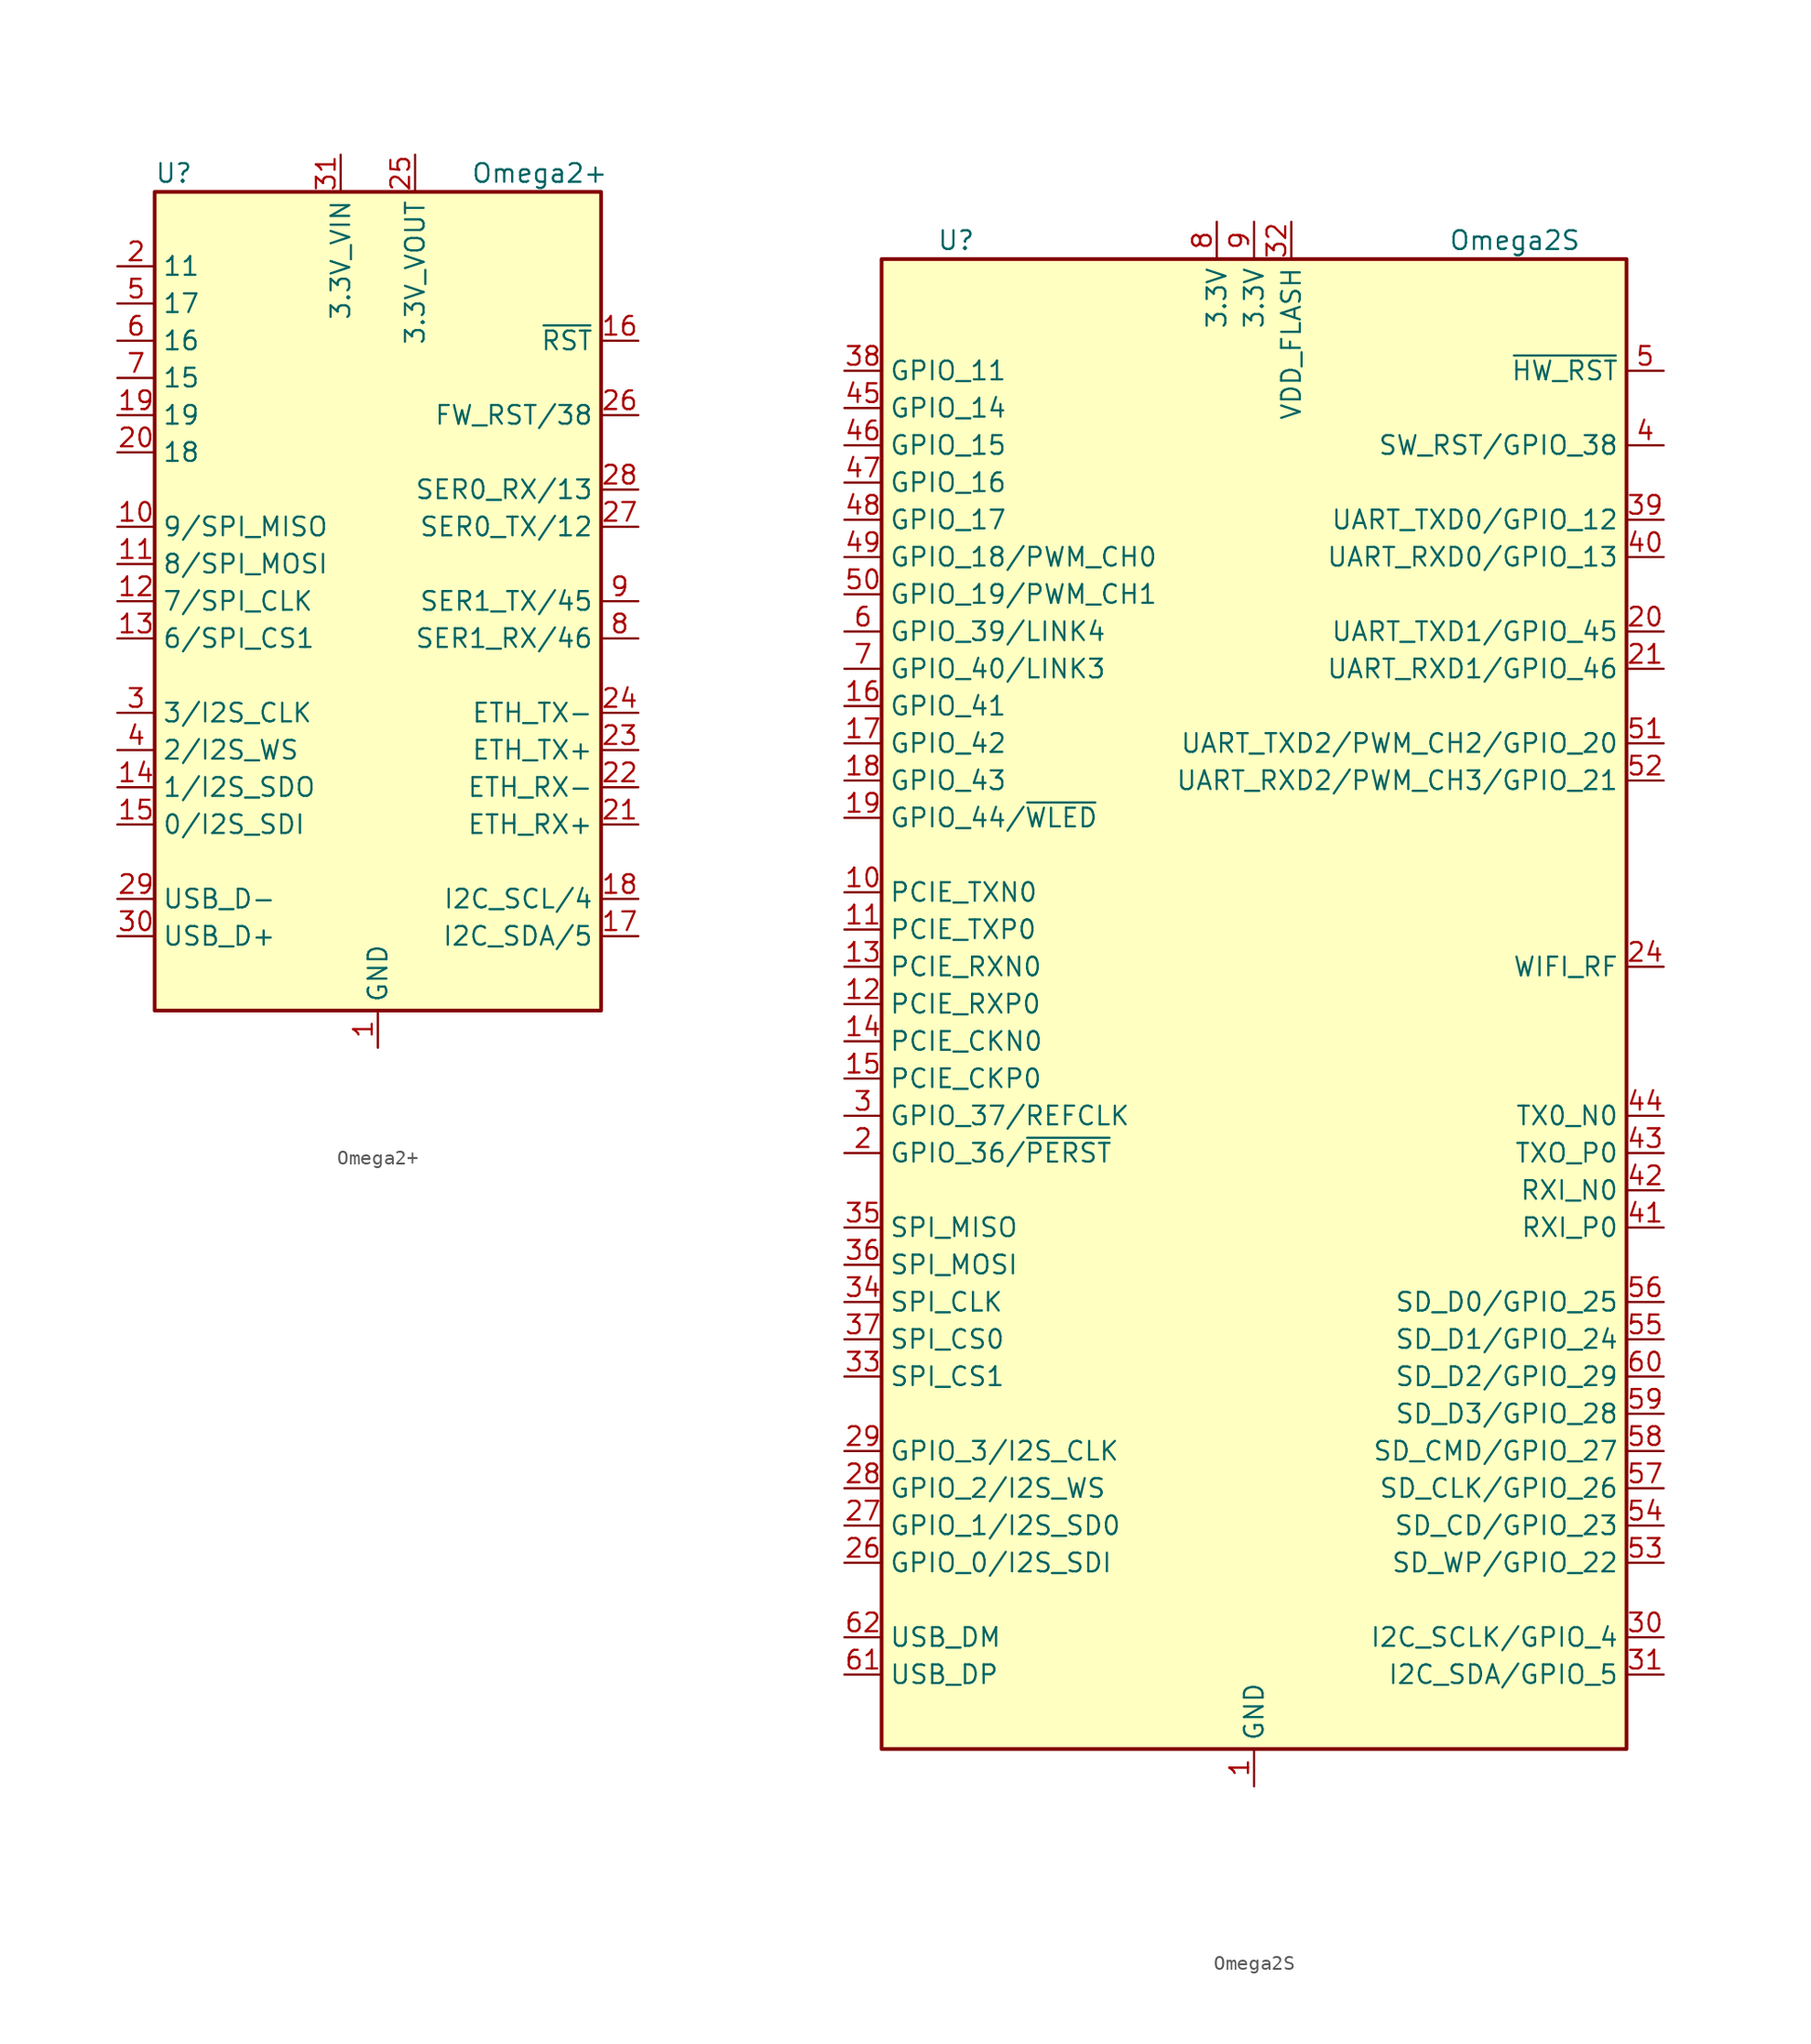
<source format=kicad_sym>
(kicad_symbol_lib
  (version 20241209)
  (generator "kicad_symbol_editor")
  (generator_version "9.0")
  (symbol "Omega2+"
    (property "Reference" "U"
      (at -15.24 29.21 0)
      (effects (font (size 1.27 1.27)) (justify left)))
    (property "Value" "Omega2+"
      (at 6.35 29.21 0)
      (effects (font (size 1.27 1.27)) (justify left)))
    (symbol "Omega2+_0_1"
      (rectangle (start -15.24 27.94) (end 15.24 -27.94) (stroke (width 0.254) (type default)) (fill (type background))))
    (symbol "Omega2+_1_1"
      (pin bidirectional line (at -17.78 22.86 0) (length 2.54) (name "11" (effects (font (size 1.27 1.27)))) (number "2" (effects (font (size 1.27 1.27)))))
      (pin bidirectional line (at -17.78 20.32 0) (length 2.54) (name "17" (effects (font (size 1.27 1.27)))) (number "5" (effects (font (size 1.27 1.27)))))
      (pin bidirectional line (at -17.78 17.78 0) (length 2.54) (name "16" (effects (font (size 1.27 1.27)))) (number "6" (effects (font (size 1.27 1.27)))))
      (pin bidirectional line (at -17.78 15.24 0) (length 2.54) (name "15" (effects (font (size 1.27 1.27)))) (number "7" (effects (font (size 1.27 1.27)))))
      (pin bidirectional line (at -17.78 12.7 0) (length 2.54) (name "19" (effects (font (size 1.27 1.27)))) (number "19" (effects (font (size 1.27 1.27)))))
      (pin bidirectional line (at -17.78 10.16 0) (length 2.54) (name "18" (effects (font (size 1.27 1.27)))) (number "20" (effects (font (size 1.27 1.27)))))
      (pin bidirectional line (at -17.78 5.08 0) (length 2.54) (name "9/SPI_MISO" (effects (font (size 1.27 1.27)))) (number "10" (effects (font (size 1.27 1.27)))))
      (pin bidirectional line (at -17.78 2.54 0) (length 2.54) (name "8/SPI_MOSI" (effects (font (size 1.27 1.27)))) (number "11" (effects (font (size 1.27 1.27)))))
      (pin bidirectional line (at -17.78 0 0) (length 2.54) (name "7/SPI_CLK" (effects (font (size 1.27 1.27)))) (number "12" (effects (font (size 1.27 1.27)))))
      (pin bidirectional line (at -17.78 -2.54 0) (length 2.54) (name "6/SPI_CS1" (effects (font (size 1.27 1.27)))) (number "13" (effects (font (size 1.27 1.27)))))
      (pin bidirectional line (at -17.78 -7.62 0) (length 2.54) (name "3/I2S_CLK" (effects (font (size 1.27 1.27)))) (number "3" (effects (font (size 1.27 1.27)))))
      (pin bidirectional line (at -17.78 -10.16 0) (length 2.54) (name "2/I2S_WS" (effects (font (size 1.27 1.27)))) (number "4" (effects (font (size 1.27 1.27)))))
      (pin bidirectional line (at -17.78 -12.7 0) (length 2.54) (name "1/I2S_SDO" (effects (font (size 1.27 1.27)))) (number "14" (effects (font (size 1.27 1.27)))))
      (pin bidirectional line (at -17.78 -15.24 0) (length 2.54) (name "0/I2S_SDI" (effects (font (size 1.27 1.27)))) (number "15" (effects (font (size 1.27 1.27)))))
      (pin bidirectional line (at -17.78 -20.32 0) (length 2.54) (name "USB_D-" (effects (font (size 1.27 1.27)))) (number "29" (effects (font (size 1.27 1.27)))))
      (pin bidirectional line (at -17.78 -22.86 0) (length 2.54) (name "USB_D+" (effects (font (size 1.27 1.27)))) (number "30" (effects (font (size 1.27 1.27)))))
      (pin power_in line (at -2.54 30.48 270) (length 2.54) (name "3.3V_VIN" (effects (font (size 1.27 1.27)))) (number "31" (effects (font (size 1.27 1.27)))))
      (pin power_in line (at 0 -30.48 90) (length 2.54) (name "GND" (effects (font (size 1.27 1.27)))) (number "1" (effects (font (size 1.27 1.27)))))
      (pin passive line (at 0 -30.48 90) (length 2.54) (hide yes) (name "GND" (effects (font (size 1.27 1.27)))) (number "32" (effects (font (size 1.27 1.27)))))
      (pin power_out line (at 2.54 30.48 270) (length 2.54) (name "3.3V_VOUT" (effects (font (size 1.27 1.27)))) (number "25" (effects (font (size 1.27 1.27)))))
      (pin input line (at 17.78 17.78 180) (length 2.54) (name "~{RST}" (effects (font (size 1.27 1.27)))) (number "16" (effects (font (size 1.27 1.27)))))
      (pin bidirectional line (at 17.78 12.7 180) (length 2.54) (name "FW_RST/38" (effects (font (size 1.27 1.27)))) (number "26" (effects (font (size 1.27 1.27)))))
      (pin bidirectional line (at 17.78 7.62 180) (length 2.54) (name "SER0_RX/13" (effects (font (size 1.27 1.27)))) (number "28" (effects (font (size 1.27 1.27)))))
      (pin bidirectional line (at 17.78 5.08 180) (length 2.54) (name "SER0_TX/12" (effects (font (size 1.27 1.27)))) (number "27" (effects (font (size 1.27 1.27)))))
      (pin bidirectional line (at 17.78 0 180) (length 2.54) (name "SER1_TX/45" (effects (font (size 1.27 1.27)))) (number "9" (effects (font (size 1.27 1.27)))))
      (pin bidirectional line (at 17.78 -2.54 180) (length 2.54) (name "SER1_RX/46" (effects (font (size 1.27 1.27)))) (number "8" (effects (font (size 1.27 1.27)))))
      (pin output line (at 17.78 -7.62 180) (length 2.54) (name "ETH_TX-" (effects (font (size 1.27 1.27)))) (number "24" (effects (font (size 1.27 1.27)))))
      (pin output line (at 17.78 -10.16 180) (length 2.54) (name "ETH_TX+" (effects (font (size 1.27 1.27)))) (number "23" (effects (font (size 1.27 1.27)))))
      (pin input line (at 17.78 -12.7 180) (length 2.54) (name "ETH_RX-" (effects (font (size 1.27 1.27)))) (number "22" (effects (font (size 1.27 1.27)))))
      (pin input line (at 17.78 -15.24 180) (length 2.54) (name "ETH_RX+" (effects (font (size 1.27 1.27)))) (number "21" (effects (font (size 1.27 1.27)))))
      (pin bidirectional line (at 17.78 -20.32 180) (length 2.54) (name "I2C_SCL/4" (effects (font (size 1.27 1.27)))) (number "18" (effects (font (size 1.27 1.27)))))
      (pin bidirectional line (at 17.78 -22.86 180) (length 2.54) (name "I2C_SDA/5" (effects (font (size 1.27 1.27)))) (number "17" (effects (font (size 1.27 1.27)))))))
  (symbol "Omega2S"
    (property "Reference" "U"
      (at -20.32 52.07 0)
      (effects (font (size 1.27 1.27))))
    (property "Value" "Omega2S"
      (at 17.78 52.07 0)
      (effects (font (size 1.27 1.27))))
    (symbol "Omega2S_0_1"
      (rectangle (start -25.4 -50.8) (end 25.4 50.8) (stroke (width 0.254) (type default)) (fill (type background))))
    (symbol "Omega2S_1_1"
      (pin bidirectional line (at -27.94 43.18 0) (length 2.54) (name "GPIO_11" (effects (font (size 1.27 1.27)))) (number "38" (effects (font (size 1.27 1.27)))))
      (pin bidirectional line (at -27.94 40.64 0) (length 2.54) (name "GPIO_14" (effects (font (size 1.27 1.27)))) (number "45" (effects (font (size 1.27 1.27)))))
      (pin bidirectional line (at -27.94 38.1 0) (length 2.54) (name "GPIO_15" (effects (font (size 1.27 1.27)))) (number "46" (effects (font (size 1.27 1.27)))))
      (pin bidirectional line (at -27.94 35.56 0) (length 2.54) (name "GPIO_16" (effects (font (size 1.27 1.27)))) (number "47" (effects (font (size 1.27 1.27)))))
      (pin bidirectional line (at -27.94 33.02 0) (length 2.54) (name "GPIO_17" (effects (font (size 1.27 1.27)))) (number "48" (effects (font (size 1.27 1.27)))))
      (pin bidirectional line (at -27.94 30.48 0) (length 2.54) (name "GPIO_18/PWM_CH0" (effects (font (size 1.27 1.27)))) (number "49" (effects (font (size 1.27 1.27)))))
      (pin bidirectional line (at -27.94 27.94 0) (length 2.54) (name "GPIO_19/PWM_CH1" (effects (font (size 1.27 1.27)))) (number "50" (effects (font (size 1.27 1.27)))))
      (pin bidirectional line (at -27.94 25.4 0) (length 2.54) (name "GPIO_39/LINK4" (effects (font (size 1.27 1.27)))) (number "6" (effects (font (size 1.27 1.27)))))
      (pin bidirectional line (at -27.94 22.86 0) (length 2.54) (name "GPIO_40/LINK3" (effects (font (size 1.27 1.27)))) (number "7" (effects (font (size 1.27 1.27)))))
      (pin bidirectional line (at -27.94 20.32 0) (length 2.54) (name "GPIO_41" (effects (font (size 1.27 1.27)))) (number "16" (effects (font (size 1.27 1.27)))))
      (pin bidirectional line (at -27.94 17.78 0) (length 2.54) (name "GPIO_42" (effects (font (size 1.27 1.27)))) (number "17" (effects (font (size 1.27 1.27)))))
      (pin bidirectional line (at -27.94 15.24 0) (length 2.54) (name "GPIO_43" (effects (font (size 1.27 1.27)))) (number "18" (effects (font (size 1.27 1.27)))))
      (pin bidirectional line (at -27.94 12.7 0) (length 2.54) (name "GPIO_44/~{WLED}" (effects (font (size 1.27 1.27)))) (number "19" (effects (font (size 1.27 1.27)))))
      (pin output line (at -27.94 7.62 0) (length 2.54) (name "PCIE_TXN0" (effects (font (size 1.27 1.27)))) (number "10" (effects (font (size 1.27 1.27)))))
      (pin output line (at -27.94 5.08 0) (length 2.54) (name "PCIE_TXP0" (effects (font (size 1.27 1.27)))) (number "11" (effects (font (size 1.27 1.27)))))
      (pin input line (at -27.94 2.54 0) (length 2.54) (name "PCIE_RXN0" (effects (font (size 1.27 1.27)))) (number "13" (effects (font (size 1.27 1.27)))))
      (pin input line (at -27.94 0 0) (length 2.54) (name "PCIE_RXP0" (effects (font (size 1.27 1.27)))) (number "12" (effects (font (size 1.27 1.27)))))
      (pin output line (at -27.94 -2.54 0) (length 2.54) (name "PCIE_CKN0" (effects (font (size 1.27 1.27)))) (number "14" (effects (font (size 1.27 1.27)))))
      (pin output line (at -27.94 -5.08 0) (length 2.54) (name "PCIE_CKP0" (effects (font (size 1.27 1.27)))) (number "15" (effects (font (size 1.27 1.27)))))
      (pin bidirectional line (at -27.94 -7.62 0) (length 2.54) (name "GPIO_37/REFCLK" (effects (font (size 1.27 1.27)))) (number "3" (effects (font (size 1.27 1.27)))))
      (pin bidirectional line (at -27.94 -10.16 0) (length 2.54) (name "GPIO_36/~{PERST}" (effects (font (size 1.27 1.27)))) (number "2" (effects (font (size 1.27 1.27)))))
      (pin input line (at -27.94 -15.24 0) (length 2.54) (name "SPI_MISO" (effects (font (size 1.27 1.27)))) (number "35" (effects (font (size 1.27 1.27)))))
      (pin output line (at -27.94 -17.78 0) (length 2.54) (name "SPI_MOSI" (effects (font (size 1.27 1.27)))) (number "36" (effects (font (size 1.27 1.27)))))
      (pin output line (at -27.94 -20.32 0) (length 2.54) (name "SPI_CLK" (effects (font (size 1.27 1.27)))) (number "34" (effects (font (size 1.27 1.27)))))
      (pin output line (at -27.94 -22.86 0) (length 2.54) (name "SPI_CS0" (effects (font (size 1.27 1.27)))) (number "37" (effects (font (size 1.27 1.27)))))
      (pin output line (at -27.94 -25.4 0) (length 2.54) (name "SPI_CS1" (effects (font (size 1.27 1.27)))) (number "33" (effects (font (size 1.27 1.27)))))
      (pin bidirectional line (at -27.94 -30.48 0) (length 2.54) (name "GPIO_3/I2S_CLK" (effects (font (size 1.27 1.27)))) (number "29" (effects (font (size 1.27 1.27)))))
      (pin bidirectional line (at -27.94 -33.02 0) (length 2.54) (name "GPIO_2/I2S_WS" (effects (font (size 1.27 1.27)))) (number "28" (effects (font (size 1.27 1.27)))))
      (pin bidirectional line (at -27.94 -35.56 0) (length 2.54) (name "GPIO_1/I2S_SD0" (effects (font (size 1.27 1.27)))) (number "27" (effects (font (size 1.27 1.27)))))
      (pin bidirectional line (at -27.94 -38.1 0) (length 2.54) (name "GPIO_0/I2S_SDI" (effects (font (size 1.27 1.27)))) (number "26" (effects (font (size 1.27 1.27)))))
      (pin bidirectional line (at -27.94 -43.18 0) (length 2.54) (name "USB_DM" (effects (font (size 1.27 1.27)))) (number "62" (effects (font (size 1.27 1.27)))))
      (pin bidirectional line (at -27.94 -45.72 0) (length 2.54) (name "USB_DP" (effects (font (size 1.27 1.27)))) (number "61" (effects (font (size 1.27 1.27)))))
      (pin power_in line (at -2.54 53.34 270) (length 2.54) (name "3.3V" (effects (font (size 1.27 1.27)))) (number "8" (effects (font (size 1.27 1.27)))))
      (pin power_in line (at 0 53.34 270) (length 2.54) (name "3.3V" (effects (font (size 1.27 1.27)))) (number "9" (effects (font (size 1.27 1.27)))))
      (pin power_in line (at 0 -53.34 90) (length 2.54) (name "GND" (effects (font (size 1.27 1.27)))) (number "1" (effects (font (size 1.27 1.27)))))
      (pin passive line (at 0 -53.34 90) (length 2.54) (hide yes) (name "GND" (effects (font (size 1.27 1.27)))) (number "22" (effects (font (size 1.27 1.27)))))
      (pin passive line (at 0 -53.34 90) (length 2.54) (hide yes) (name "GND" (effects (font (size 1.27 1.27)))) (number "23" (effects (font (size 1.27 1.27)))))
      (pin passive line (at 0 -53.34 90) (length 2.54) (hide yes) (name "GND" (effects (font (size 1.27 1.27)))) (number "25" (effects (font (size 1.27 1.27)))))
      (pin passive line (at 0 -53.34 90) (length 2.54) (hide yes) (name "GND" (effects (font (size 1.27 1.27)))) (number "63" (effects (font (size 1.27 1.27)))))
      (pin passive line (at 0 -53.34 90) (length 2.54) (hide yes) (name "GND" (effects (font (size 1.27 1.27)))) (number "64" (effects (font (size 1.27 1.27)))))
      (pin power_in line (at 2.54 53.34 270) (length 2.54) (name "VDD_FLASH" (effects (font (size 1.27 1.27)))) (number "32" (effects (font (size 1.27 1.27)))))
      (pin input line (at 27.94 43.18 180) (length 2.54) (name "~{HW_RST}" (effects (font (size 1.27 1.27)))) (number "5" (effects (font (size 1.27 1.27)))))
      (pin bidirectional line (at 27.94 38.1 180) (length 2.54) (name "SW_RST/GPIO_38" (effects (font (size 1.27 1.27)))) (number "4" (effects (font (size 1.27 1.27)))))
      (pin bidirectional line (at 27.94 33.02 180) (length 2.54) (name "UART_TXD0/GPIO_12" (effects (font (size 1.27 1.27)))) (number "39" (effects (font (size 1.27 1.27)))))
      (pin bidirectional line (at 27.94 30.48 180) (length 2.54) (name "UART_RXD0/GPIO_13" (effects (font (size 1.27 1.27)))) (number "40" (effects (font (size 1.27 1.27)))))
      (pin bidirectional line (at 27.94 25.4 180) (length 2.54) (name "UART_TXD1/GPIO_45" (effects (font (size 1.27 1.27)))) (number "20" (effects (font (size 1.27 1.27)))))
      (pin bidirectional line (at 27.94 22.86 180) (length 2.54) (name "UART_RXD1/GPIO_46" (effects (font (size 1.27 1.27)))) (number "21" (effects (font (size 1.27 1.27)))))
      (pin bidirectional line (at 27.94 17.78 180) (length 2.54) (name "UART_TXD2/PWM_CH2/GPIO_20" (effects (font (size 1.27 1.27)))) (number "51" (effects (font (size 1.27 1.27)))))
      (pin bidirectional line (at 27.94 15.24 180) (length 2.54) (name "UART_RXD2/PWM_CH3/GPIO_21" (effects (font (size 1.27 1.27)))) (number "52" (effects (font (size 1.27 1.27)))))
      (pin passive line (at 27.94 2.54 180) (length 2.54) (name "WIFI_RF" (effects (font (size 1.27 1.27)))) (number "24" (effects (font (size 1.27 1.27)))))
      (pin output line (at 27.94 -7.62 180) (length 2.54) (name "TX0_N0" (effects (font (size 1.27 1.27)))) (number "44" (effects (font (size 1.27 1.27)))))
      (pin output line (at 27.94 -10.16 180) (length 2.54) (name "TXO_P0" (effects (font (size 1.27 1.27)))) (number "43" (effects (font (size 1.27 1.27)))))
      (pin input line (at 27.94 -12.7 180) (length 2.54) (name "RXI_N0" (effects (font (size 1.27 1.27)))) (number "42" (effects (font (size 1.27 1.27)))))
      (pin input line (at 27.94 -15.24 180) (length 2.54) (name "RXI_P0" (effects (font (size 1.27 1.27)))) (number "41" (effects (font (size 1.27 1.27)))))
      (pin bidirectional line (at 27.94 -20.32 180) (length 2.54) (name "SD_D0/GPIO_25" (effects (font (size 1.27 1.27)))) (number "56" (effects (font (size 1.27 1.27)))))
      (pin bidirectional line (at 27.94 -22.86 180) (length 2.54) (name "SD_D1/GPIO_24" (effects (font (size 1.27 1.27)))) (number "55" (effects (font (size 1.27 1.27)))))
      (pin bidirectional line (at 27.94 -25.4 180) (length 2.54) (name "SD_D2/GPIO_29" (effects (font (size 1.27 1.27)))) (number "60" (effects (font (size 1.27 1.27)))))
      (pin bidirectional line (at 27.94 -27.94 180) (length 2.54) (name "SD_D3/GPIO_28" (effects (font (size 1.27 1.27)))) (number "59" (effects (font (size 1.27 1.27)))))
      (pin bidirectional line (at 27.94 -30.48 180) (length 2.54) (name "SD_CMD/GPIO_27" (effects (font (size 1.27 1.27)))) (number "58" (effects (font (size 1.27 1.27)))))
      (pin bidirectional line (at 27.94 -33.02 180) (length 2.54) (name "SD_CLK/GPIO_26" (effects (font (size 1.27 1.27)))) (number "57" (effects (font (size 1.27 1.27)))))
      (pin bidirectional line (at 27.94 -35.56 180) (length 2.54) (name "SD_CD/GPIO_23" (effects (font (size 1.27 1.27)))) (number "54" (effects (font (size 1.27 1.27)))))
      (pin bidirectional line (at 27.94 -38.1 180) (length 2.54) (name "SD_WP/GPIO_22" (effects (font (size 1.27 1.27)))) (number "53" (effects (font (size 1.27 1.27)))))
      (pin bidirectional line (at 27.94 -43.18 180) (length 2.54) (name "I2C_SCLK/GPIO_4" (effects (font (size 1.27 1.27)))) (number "30" (effects (font (size 1.27 1.27)))))
      (pin bidirectional line (at 27.94 -45.72 180) (length 2.54) (name "I2C_SDA/GPIO_5" (effects (font (size 1.27 1.27)))) (number "31" (effects (font (size 1.27 1.27))))))))
</source>
